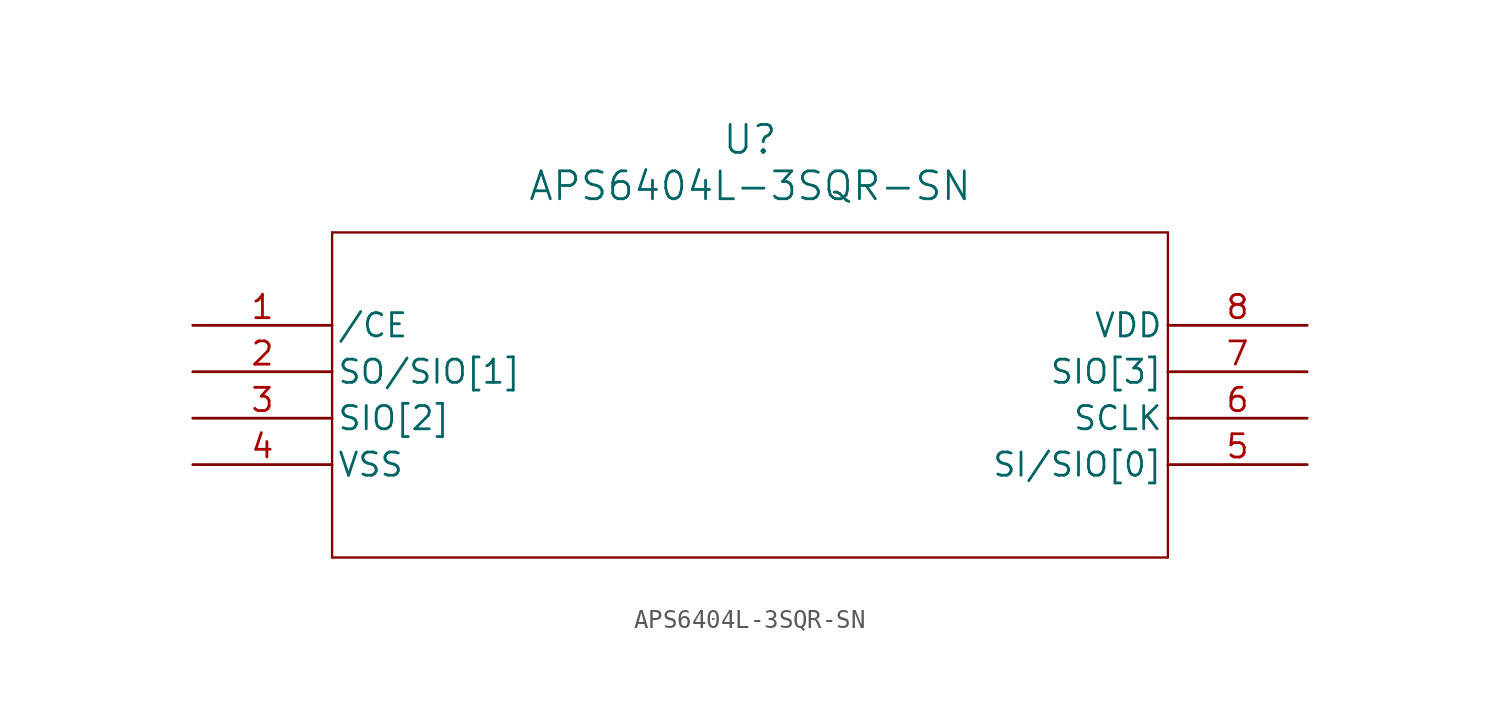
<source format=kicad_sym>
(kicad_symbol_lib
  (version 20211014)
  (generator kicad_symbol_editor)
  (symbol "APS6404L-3SQR-SN"
    (pin_names
      (offset 0.254))
    (property "Reference" "U"
      (at 30.48 10.16 0)
      (effects (font (size 1.524 1.524))))
    (property "Value" "APS6404L-3SQR-SN"
      (at 30.48 7.62 0)
      (effects (font (size 1.524 1.524))))
    (symbol "APS6404L-3SQR-SN_0_1"
      (polyline (pts (xy 7.62 5.08) (xy 7.62 -12.7)) (stroke (width 0.127) (type default) (color 0 0 0 0)) (fill (type none)))
      (polyline (pts (xy 7.62 -12.7) (xy 53.34 -12.7)) (stroke (width 0.127) (type default) (color 0 0 0 0)) (fill (type none)))
      (polyline (pts (xy 53.34 -12.7) (xy 53.34 5.08)) (stroke (width 0.127) (type default) (color 0 0 0 0)) (fill (type none)))
      (polyline (pts (xy 53.34 5.08) (xy 7.62 5.08)) (stroke (width 0.127) (type default) (color 0 0 0 0)) (fill (type none)))
      (pin unspecified line (at 0 0 0) (length 7.62) (name "/CE" (effects (font (size 1.27 1.27)))) (number "1" (effects (font (size 1.27 1.27)))))
      (pin unspecified line (at 0 -2.54 0) (length 7.62) (name "SO/SIO[1]" (effects (font (size 1.27 1.27)))) (number "2" (effects (font (size 1.27 1.27)))))
      (pin unspecified line (at 0 -5.08 0) (length 7.62) (name "SIO[2]" (effects (font (size 1.27 1.27)))) (number "3" (effects (font (size 1.27 1.27)))))
      (pin unspecified line (at 0 -7.62 0) (length 7.62) (name "VSS" (effects (font (size 1.27 1.27)))) (number "4" (effects (font (size 1.27 1.27)))))
      (pin unspecified line (at 60.96 -7.62 180) (length 7.62) (name "SI/SIO[0]" (effects (font (size 1.27 1.27)))) (number "5" (effects (font (size 1.27 1.27)))))
      (pin unspecified line (at 60.96 -5.08 180) (length 7.62) (name "SCLK" (effects (font (size 1.27 1.27)))) (number "6" (effects (font (size 1.27 1.27)))))
      (pin unspecified line (at 60.96 -2.54 180) (length 7.62) (name "SIO[3]" (effects (font (size 1.27 1.27)))) (number "7" (effects (font (size 1.27 1.27)))))
      (pin unspecified line (at 60.96 0 180) (length 7.62) (name "VDD" (effects (font (size 1.27 1.27)))) (number "8" (effects (font (size 1.27 1.27))))))))
</source>
